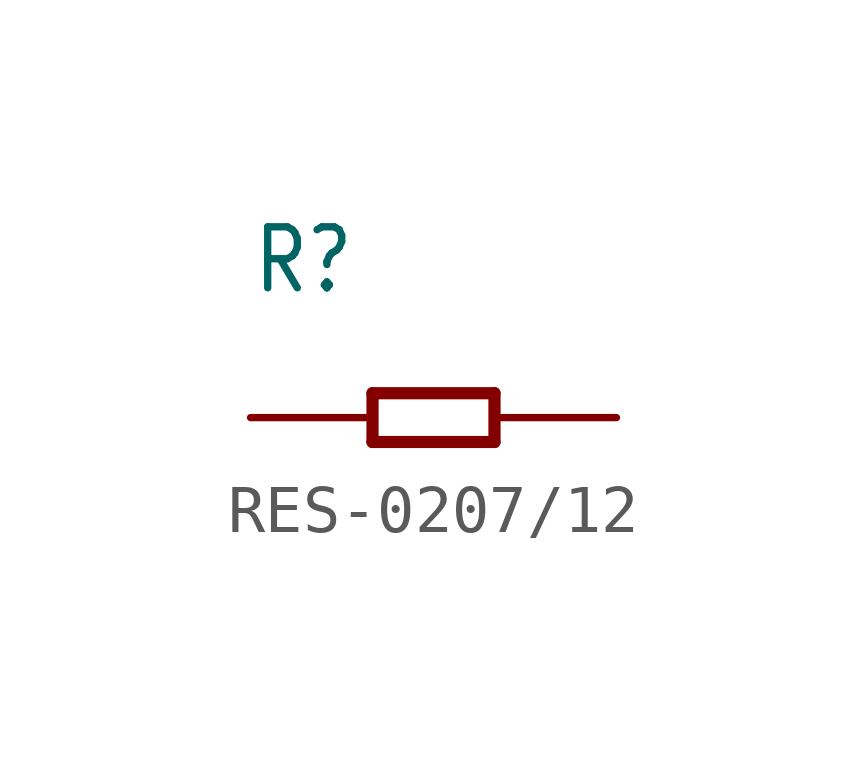
<source format=kicad_sym>
(kicad_symbol_lib
  (version 20220914)
  (generator kicad_symbol_editor)
  (symbol "RES-0207/12"
    (property "Reference" "R"
      (at -3.81 2.54 0)
      (effects (font (size 1.27 1.079)) (justify left bottom)))
    (property "Value" ""
      (at -3.81 1.27 0)
      (effects (font (size 1.27 1.079)) (justify left bottom)))
    (property "ki_locked" ""
      (at 0 0 0)
      (effects (font (size 1.27 1.27))))
    (symbol "RES-0207/12_1_0"
      (polyline (pts (xy -1.27 -0.508) (xy -1.27 0.508)) (stroke (width 0.254) (type solid)) (fill (type none)))
      (polyline (pts (xy -1.27 0.508) (xy 1.27 0.508)) (stroke (width 0.254) (type solid)) (fill (type none)))
      (polyline (pts (xy 1.27 -0.508) (xy -1.27 -0.508)) (stroke (width 0.254) (type solid)) (fill (type none)))
      (polyline (pts (xy 1.27 0.508) (xy 1.27 -0.508)) (stroke (width 0.254) (type solid)) (fill (type none)))
      (pin passive line (at -3.81 0 0) (length 2.54) (name "1" (effects (font (size 0 0)))) (number "1" (effects (font (size 0 0)))))
      (pin passive line (at 3.81 0 180) (length 2.54) (name "2" (effects (font (size 0 0)))) (number "2" (effects (font (size 0 0))))))))
</source>
